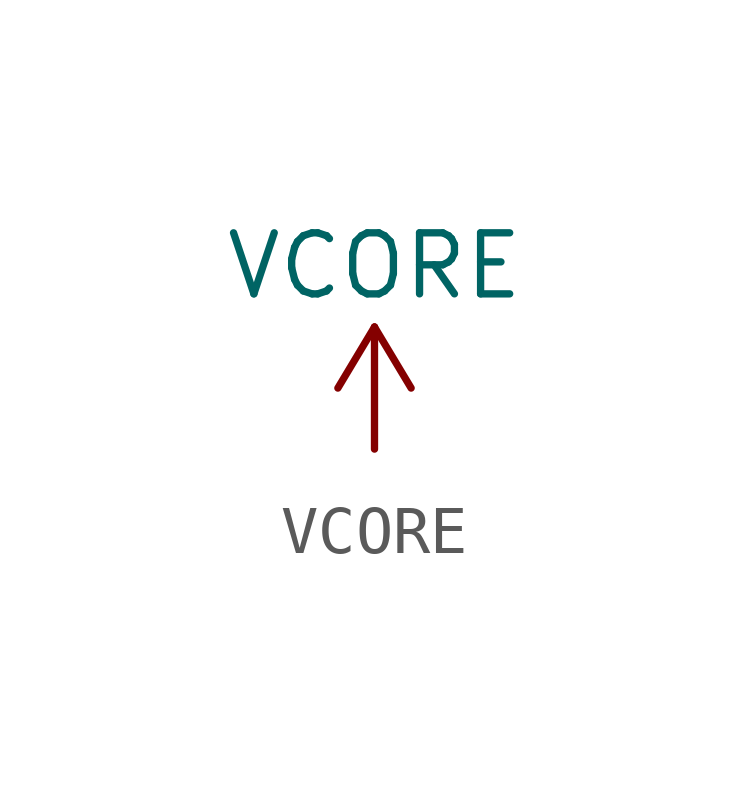
<source format=kicad_sym>
(kicad_symbol_lib
  (version 20220914)
  (generator kicad_symbol_editor)
  (symbol "VCORE"
    (power)
    (pin_names
      (offset 0))
    (property "Reference" "#PWR"
      (at 0 -3.81 0)
      (effects (font (size 1.27 1.27)) hide))
    (property "Value" "VCORE"
      (at 0 3.81 0)
      (effects (font (size 1.27 1.27))))
    (symbol "VCORE_0_1"
      (polyline (pts (xy -0.762 1.27) (xy 0 2.54)) (stroke (width 0) (type default)) (fill (type none)))
      (polyline (pts (xy 0 0) (xy 0 2.54)) (stroke (width 0) (type default)) (fill (type none)))
      (polyline (pts (xy 0 2.54) (xy 0.762 1.27)) (stroke (width 0) (type default)) (fill (type none))))
    (symbol "VCORE_1_1"
      (pin power_in line (at 0 0 90) (length 0) hide (name "VCORE" (effects (font (size 1.27 1.27)))) (number "1" (effects (font (size 1.27 1.27))))))))
</source>
